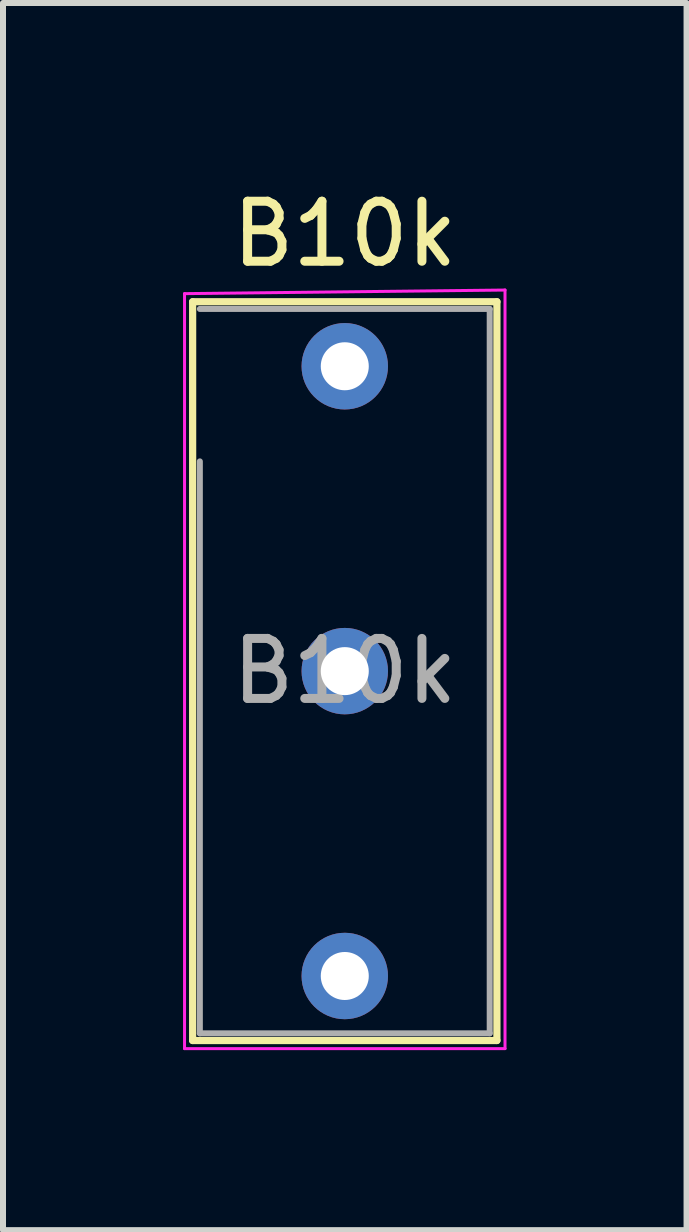
<source format=kicad_pcb>
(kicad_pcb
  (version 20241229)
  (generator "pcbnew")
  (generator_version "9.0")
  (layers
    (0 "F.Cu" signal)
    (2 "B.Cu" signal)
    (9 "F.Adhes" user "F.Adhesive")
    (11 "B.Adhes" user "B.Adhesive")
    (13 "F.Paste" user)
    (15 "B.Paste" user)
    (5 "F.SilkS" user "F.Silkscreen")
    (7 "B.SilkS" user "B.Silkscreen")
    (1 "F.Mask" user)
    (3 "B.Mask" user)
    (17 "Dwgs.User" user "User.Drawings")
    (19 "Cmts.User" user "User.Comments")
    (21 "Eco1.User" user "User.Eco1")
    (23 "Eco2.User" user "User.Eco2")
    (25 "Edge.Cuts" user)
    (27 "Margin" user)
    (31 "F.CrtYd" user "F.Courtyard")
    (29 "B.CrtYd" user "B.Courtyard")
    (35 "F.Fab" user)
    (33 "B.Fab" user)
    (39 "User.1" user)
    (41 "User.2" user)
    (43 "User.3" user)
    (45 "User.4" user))
  (footprint "B10k"
    (layer "F.Cu")
    (at 2.695 4.323)
    (property "Reference" "B10k" (at 0 -3.475 0) (layer "F.SilkS") (effects (font (size 1 1) (thickness 0.15))))
    (attr through_hole)
    (fp_line (start -2.535 -2.345) (end -2.535 9.965) (stroke (width 0.12) (type solid)) (layer "F.SilkS"))
    (fp_line (start -2.535 -2.345) (end 2.535 -2.345) (stroke (width 0.12) (type solid)) (layer "F.SilkS"))
    (fp_line (start -2.535 9.965) (end 2.535 9.965) (stroke (width 0.12) (type solid)) (layer "F.SilkS"))
    (fp_line (start 2.535 -2.345) (end 2.535 9.965) (stroke (width 0.12) (type solid)) (layer "F.SilkS"))
    (fp_line (start -2.67 -2.48) (end -2.67 10.1) (stroke (width 0.05) (type solid)) (layer "F.CrtYd"))
    (fp_line (start -2.67 10.1) (end 2.67 10.1) (stroke (width 0.05) (type solid)) (layer "F.CrtYd"))
    (fp_line (start 2.67 -2.54) (end -2.67 -2.48) (stroke (width 0.05) (type solid)) (layer "F.CrtYd"))
    (fp_line (start 2.67 10.1) (end 2.67 -2.54) (stroke (width 0.05) (type solid)) (layer "F.CrtYd"))
    (fp_line (start -2.415 -2.225) (end 2.415 -2.225) (stroke (width 0.1) (type solid)) (layer "F.Fab"))
    (fp_line (start -2.415 9.845) (end -2.415 0.315) (stroke (width 0.1) (type solid)) (layer "F.Fab"))
    (fp_line (start 2.415 -2.225) (end 2.415 9.845) (stroke (width 0.1) (type solid)) (layer "F.Fab"))
    (fp_line (start 2.415 9.845) (end -2.415 9.845) (stroke (width 0.1) (type solid)) (layer "F.Fab"))
    (fp_text user "${REFERENCE}" (at 0 3.81 0) (layer "F.Fab") (effects (font (size 1 1) (thickness 0.15))))
    (pad "1" thru_hole circle (at 0 -1.27) (size 1.44 1.44) (drill 0.8) (layers "*.Cu" "*.Mask"))
    (pad "2" thru_hole circle (at 0 3.81) (size 1.44 1.44) (drill 0.8) (layers "*.Cu" "*.Mask"))
    (pad "3" thru_hole circle (at 0 8.89) (size 1.44 1.44) (drill 0.8) (layers "*.Cu" "*.Mask")))
  (gr_rect
    (start -3 -3)
    (end 8.39 17.448)
    (stroke (width 0.1) (type default))
    (fill no)
    (layer "Edge.Cuts")))
</source>
